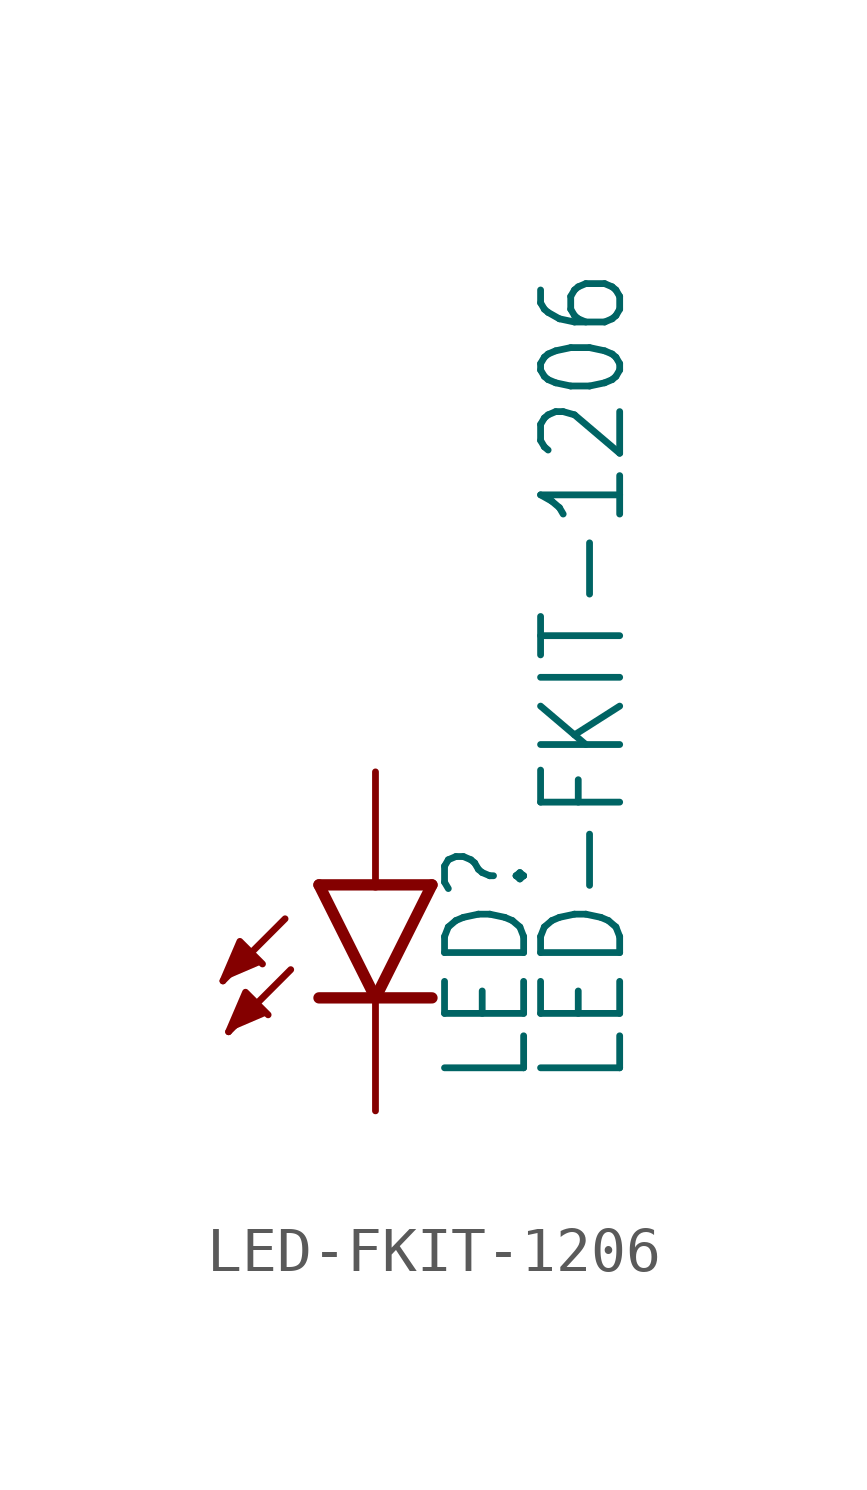
<source format=kicad_sym>
(kicad_symbol_lib
  (version 20211014)
  (generator kicad_symbol_editor)
  (symbol "LED-FKIT-1206"
    (property "Reference" "LED"
      (at 3.556 -4.572 90)
      (effects (font (size 1.778 1.511)) (justify left bottom)))
    (property "Value" "LED-FKIT-1206"
      (at 5.715 -4.572 90)
      (effects (font (size 1.778 1.511)) (justify left bottom)))
    (property "ki_locked" ""
      (at 0 0 0)
      (effects (font (size 1.27 1.27))))
    (symbol "LED-FKIT-1206_1_0"
      (polyline (pts (xy -2.032 -0.762) (xy -3.429 -2.159)) (stroke (width 0.152) (type default) (color 0 0 0 0)) (fill (type none)))
      (polyline (pts (xy -1.905 -1.905) (xy -3.302 -3.302)) (stroke (width 0.152) (type default) (color 0 0 0 0)) (fill (type none)))
      (polyline (pts (xy 0 -2.54) (xy -1.27 -2.54)) (stroke (width 0.254) (type default) (color 0 0 0 0)) (fill (type none)))
      (polyline (pts (xy 0 -2.54) (xy -1.27 0)) (stroke (width 0.254) (type default) (color 0 0 0 0)) (fill (type none)))
      (polyline (pts (xy 0 0) (xy -1.27 0)) (stroke (width 0.254) (type default) (color 0 0 0 0)) (fill (type none)))
      (polyline (pts (xy 1.27 -2.54) (xy 0 -2.54)) (stroke (width 0.254) (type default) (color 0 0 0 0)) (fill (type none)))
      (polyline (pts (xy 1.27 0) (xy 0 -2.54)) (stroke (width 0.254) (type default) (color 0 0 0 0)) (fill (type none)))
      (polyline (pts (xy 1.27 0) (xy 0 0)) (stroke (width 0.254) (type default) (color 0 0 0 0)) (fill (type none)))
      (polyline (pts (xy -3.429 -2.159) (xy -3.048 -1.27) (xy -2.54 -1.778)) (stroke (width 0) (type default) (color 0 0 0 0)) (fill (type outline)))
      (polyline (pts (xy -3.302 -3.302) (xy -2.921 -2.413) (xy -2.413 -2.921)) (stroke (width 0) (type default) (color 0 0 0 0)) (fill (type outline)))
      (pin passive line (at 0 2.54 270) (length 2.54) (name "A" (effects (font (size 0 0)))) (number "A" (effects (font (size 0 0)))))
      (pin passive line (at 0 -5.08 90) (length 2.54) (name "C" (effects (font (size 0 0)))) (number "C" (effects (font (size 0 0))))))))
</source>
